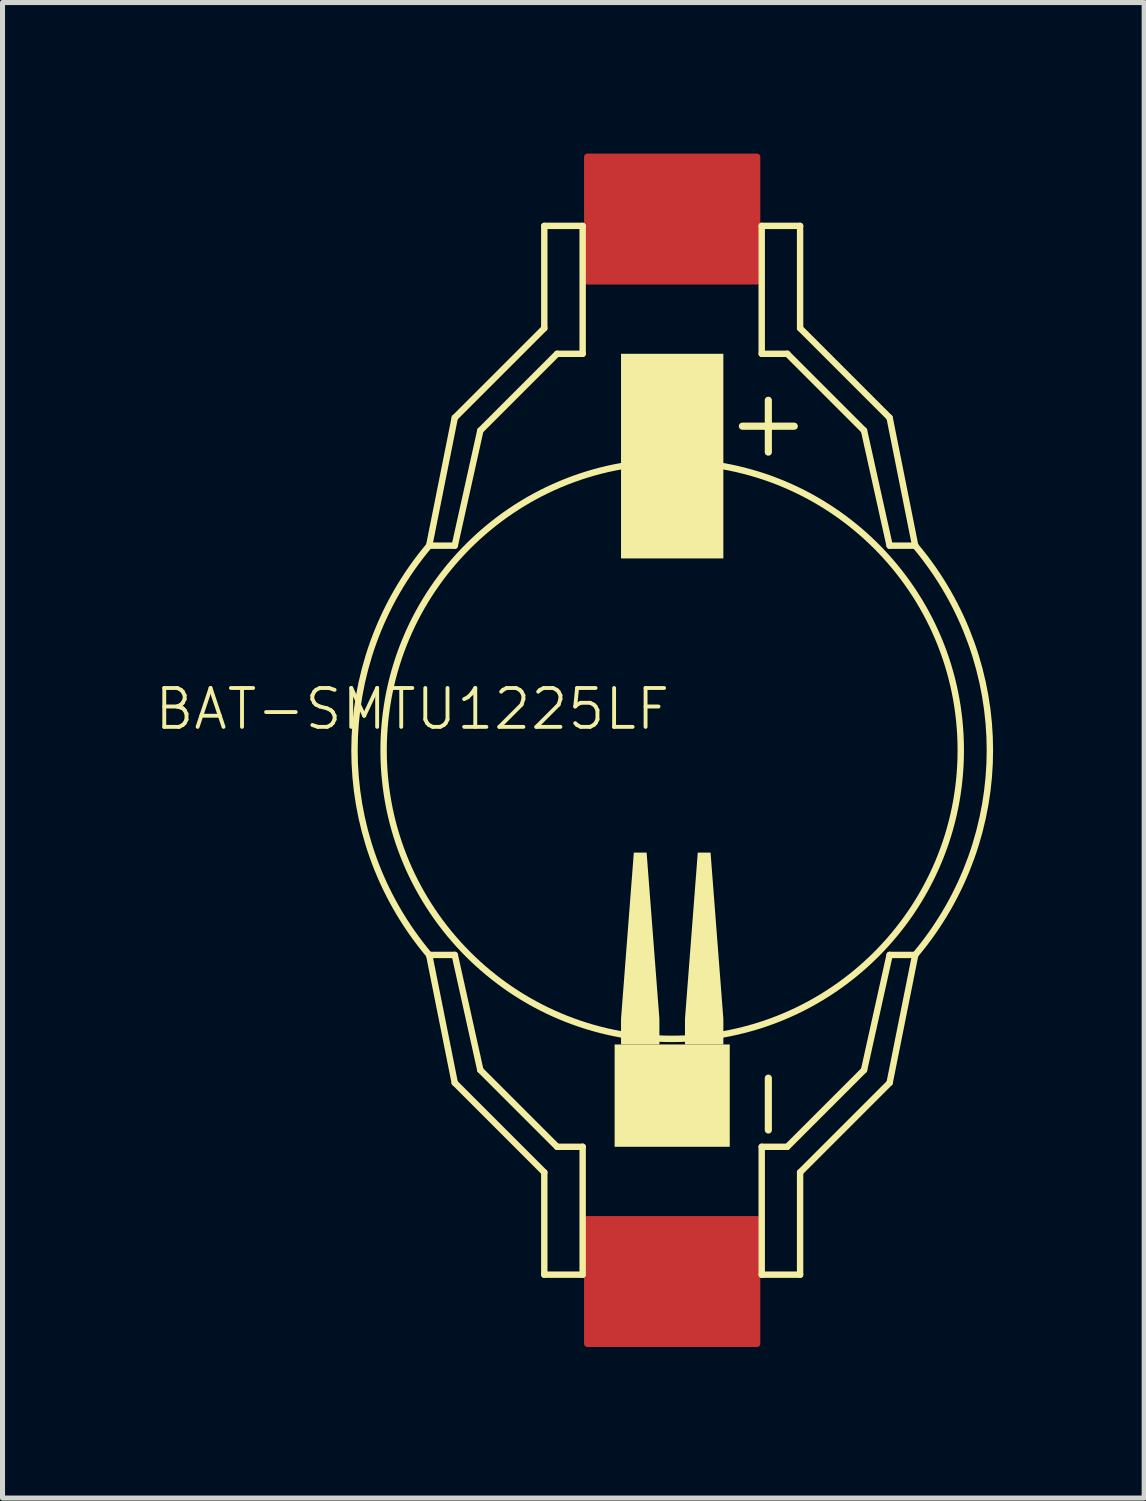
<source format=kicad_pcb>
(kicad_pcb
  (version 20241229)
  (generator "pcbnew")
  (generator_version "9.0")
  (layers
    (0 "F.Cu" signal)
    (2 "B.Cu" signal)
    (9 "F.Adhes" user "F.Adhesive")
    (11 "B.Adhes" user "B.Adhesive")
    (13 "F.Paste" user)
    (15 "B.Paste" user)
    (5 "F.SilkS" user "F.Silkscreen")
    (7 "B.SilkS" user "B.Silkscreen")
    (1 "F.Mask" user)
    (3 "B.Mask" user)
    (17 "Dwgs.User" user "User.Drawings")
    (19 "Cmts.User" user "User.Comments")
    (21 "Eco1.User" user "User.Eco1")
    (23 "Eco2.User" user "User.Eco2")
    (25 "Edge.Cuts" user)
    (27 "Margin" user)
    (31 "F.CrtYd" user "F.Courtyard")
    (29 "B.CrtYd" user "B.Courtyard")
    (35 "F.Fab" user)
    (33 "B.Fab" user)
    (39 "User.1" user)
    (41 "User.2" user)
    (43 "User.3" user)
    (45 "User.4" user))
  (footprint "BAT-SMTU1225LF"
    (layer "F.Cu")
    (at 10.299 11.85)
    (property "Reference" "BAT-SMTU1225LF" (at 0 -1.27 0) (layer "F.SilkS") (effects (font (size 0.772 0.772) (thickness 0.077)) (justify right top)))
    (attr through_hole)
    (fp_line (start -4.826 -4.064) (end -4.318 -4.064) (stroke (width 0.127) (type solid)) (layer "F.SilkS"))
    (fp_line (start -4.826 4.064) (end -4.318 4.064) (stroke (width 0.127) (type solid)) (layer "F.SilkS"))
    (fp_line (start -4.318 -6.604) (end -4.826 -4.064) (stroke (width 0.127) (type solid)) (layer "F.SilkS"))
    (fp_line (start -4.318 -4.064) (end -3.81 -6.35) (stroke (width 0.127) (type solid)) (layer "F.SilkS"))
    (fp_line (start -4.318 4.064) (end -3.81 6.35) (stroke (width 0.127) (type solid)) (layer "F.SilkS"))
    (fp_line (start -4.318 6.604) (end -4.826 4.064) (stroke (width 0.127) (type solid)) (layer "F.SilkS"))
    (fp_line (start -3.81 -6.35) (end -2.286 -7.874) (stroke (width 0.127) (type solid)) (layer "F.SilkS"))
    (fp_line (start -3.81 6.35) (end -2.286 7.874) (stroke (width 0.127) (type solid)) (layer "F.SilkS"))
    (fp_line (start -2.54 -10.414) (end -2.54 -8.382) (stroke (width 0.127) (type solid)) (layer "F.SilkS"))
    (fp_line (start -2.54 -8.382) (end -4.318 -6.604) (stroke (width 0.127) (type solid)) (layer "F.SilkS"))
    (fp_line (start -2.54 8.382) (end -4.318 6.604) (stroke (width 0.127) (type solid)) (layer "F.SilkS"))
    (fp_line (start -2.54 10.414) (end -2.54 8.382) (stroke (width 0.127) (type solid)) (layer "F.SilkS"))
    (fp_line (start -2.286 -7.874) (end -1.778 -7.874) (stroke (width 0.127) (type solid)) (layer "F.SilkS"))
    (fp_line (start -2.286 7.874) (end -1.778 7.874) (stroke (width 0.127) (type solid)) (layer "F.SilkS"))
    (fp_line (start -1.778 -10.414) (end -2.54 -10.414) (stroke (width 0.127) (type solid)) (layer "F.SilkS"))
    (fp_line (start -1.778 -7.874) (end -1.778 -10.414) (stroke (width 0.127) (type solid)) (layer "F.SilkS"))
    (fp_line (start -1.778 7.874) (end -1.778 10.414) (stroke (width 0.127) (type solid)) (layer "F.SilkS"))
    (fp_line (start -1.778 10.414) (end -2.54 10.414) (stroke (width 0.127) (type solid)) (layer "F.SilkS"))
    (fp_line (start 1.778 -10.414) (end 2.54 -10.414) (stroke (width 0.127) (type solid)) (layer "F.SilkS"))
    (fp_line (start 1.778 -7.874) (end 1.778 -10.414) (stroke (width 0.127) (type solid)) (layer "F.SilkS"))
    (fp_line (start 1.778 7.874) (end 1.778 10.414) (stroke (width 0.127) (type solid)) (layer "F.SilkS"))
    (fp_line (start 1.778 10.414) (end 2.54 10.414) (stroke (width 0.127) (type solid)) (layer "F.SilkS"))
    (fp_line (start 2.286 -7.874) (end 1.778 -7.874) (stroke (width 0.127) (type solid)) (layer "F.SilkS"))
    (fp_line (start 2.286 7.874) (end 1.778 7.874) (stroke (width 0.127) (type solid)) (layer "F.SilkS"))
    (fp_line (start 2.54 -10.414) (end 2.54 -8.382) (stroke (width 0.127) (type solid)) (layer "F.SilkS"))
    (fp_line (start 2.54 -8.382) (end 4.318 -6.604) (stroke (width 0.127) (type solid)) (layer "F.SilkS"))
    (fp_line (start 2.54 8.382) (end 4.318 6.604) (stroke (width 0.127) (type solid)) (layer "F.SilkS"))
    (fp_line (start 2.54 10.414) (end 2.54 8.382) (stroke (width 0.127) (type solid)) (layer "F.SilkS"))
    (fp_line (start 3.81 -6.35) (end 2.286 -7.874) (stroke (width 0.127) (type solid)) (layer "F.SilkS"))
    (fp_line (start 3.81 6.35) (end 2.286 7.874) (stroke (width 0.127) (type solid)) (layer "F.SilkS"))
    (fp_line (start 4.318 -6.604) (end 4.826 -4.064) (stroke (width 0.127) (type solid)) (layer "F.SilkS"))
    (fp_line (start 4.318 -4.064) (end 3.81 -6.35) (stroke (width 0.127) (type solid)) (layer "F.SilkS"))
    (fp_line (start 4.318 4.064) (end 3.81 6.35) (stroke (width 0.127) (type solid)) (layer "F.SilkS"))
    (fp_line (start 4.318 6.604) (end 4.826 4.064) (stroke (width 0.127) (type solid)) (layer "F.SilkS"))
    (fp_line (start 4.826 -4.064) (end 4.318 -4.064) (stroke (width 0.127) (type solid)) (layer "F.SilkS"))
    (fp_line (start 4.826 4.064) (end 4.318 4.064) (stroke (width 0.127) (type solid)) (layer "F.SilkS"))
    (fp_arc (start -4.826 4.064) (mid -6.309229 0) (end -4.826 -4.064) (stroke (width 0.127) (type solid)) (layer "F.SilkS"))
    (fp_arc (start 4.826 -4.064) (mid 6.309229 0) (end 4.826 4.064) (stroke (width 0.127) (type solid)) (layer "F.SilkS"))
    (fp_circle (center 0 0) (end 5.731 0) (stroke (width 0.127) (type solid)) (fill no) (layer "F.SilkS"))
    (fp_poly (pts (xy -1.143 7.874) (xy 1.143 7.874) (xy 1.143 5.842) (xy -1.143 5.842)) (stroke (width 0) (type solid)) (fill yes) (layer "F.SilkS"))
    (fp_poly (pts (xy -1.016 -3.81) (xy 1.016 -3.81) (xy 1.016 -7.874) (xy -1.016 -7.874)) (stroke (width 0) (type solid)) (fill yes) (layer "F.SilkS"))
    (fp_poly (pts (xy -0.508 2.032) (xy -0.254 5.334) (xy -0.254 5.842) (xy -1.016 5.842) (xy -1.016 5.334) (xy -0.762 2.032)) (stroke (width 0) (type solid)) (fill yes) (layer "F.SilkS"))
    (fp_poly (pts (xy 0.762 2.032) (xy 1.016 5.334) (xy 1.016 5.842) (xy 0.254 5.842) (xy 0.254 5.334) (xy 0.508 2.032)) (stroke (width 0) (type solid)) (fill yes) (layer "F.SilkS"))
    (fp_text user "-" (at 1.016 6.096 90) (layer "F.SilkS") (effects (font (size 1.351 1.351) (thickness 0.142)) (justify right top)))
    (fp_text user "+" (at 1.016 -7.366 90) (layer "F.SilkS") (effects (font (size 1.351 1.351) (thickness 0.142)) (justify right top)))
    (pad "+" smd roundrect (at 0 -10.55 270) (size 2.6 3.5) (layers "F.Cu" "F.Mask" "F.Paste") (roundrect_rratio 0.025))
    (pad "-" smd roundrect (at 0 10.55 270) (size 2.6 3.5) (layers "F.Cu" "F.Mask" "F.Paste") (roundrect_rratio 0.025)))
  (gr_rect
    (start -3 -3)
    (end 19.672 26.7)
    (stroke (width 0.1) (type default))
    (fill no)
    (layer "Edge.Cuts")))
</source>
